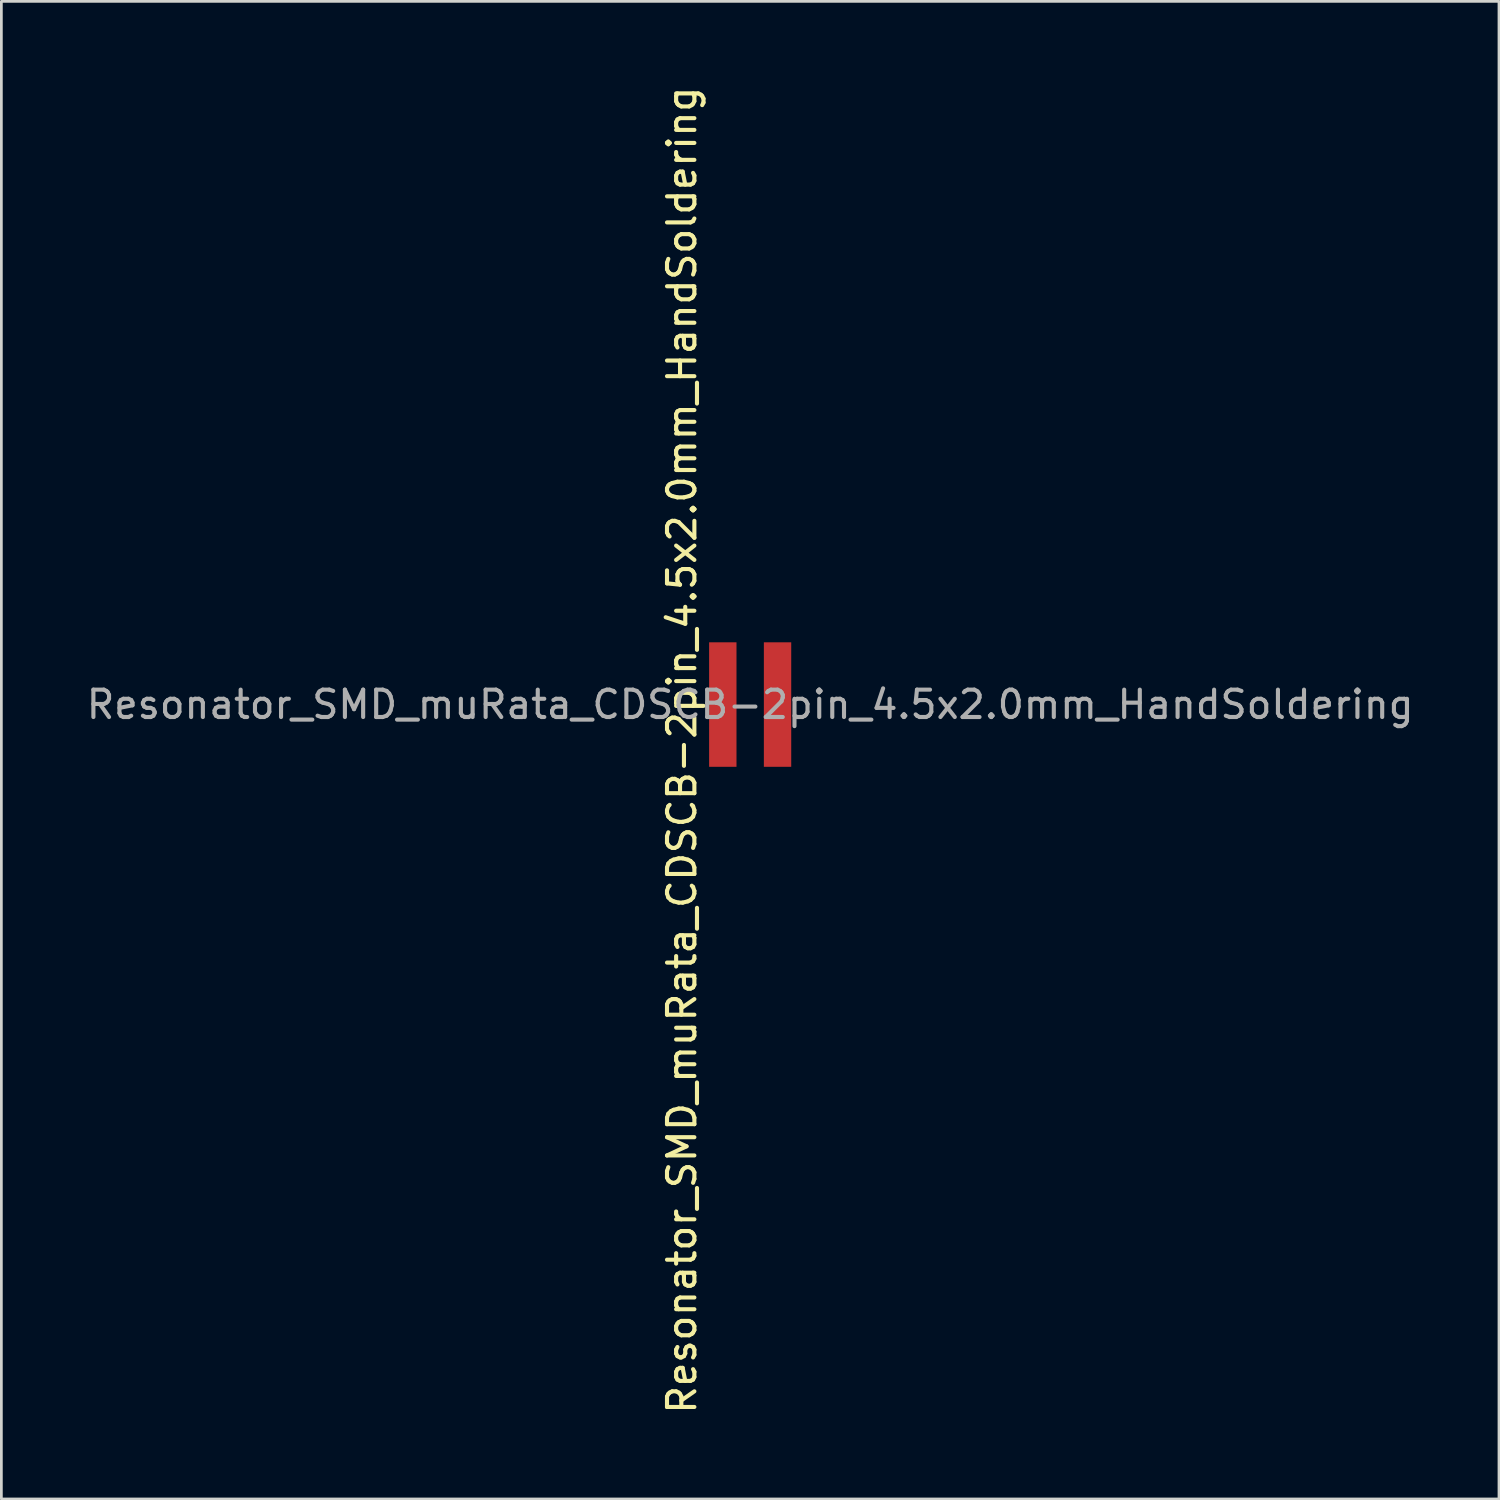
<source format=kicad_pcb>
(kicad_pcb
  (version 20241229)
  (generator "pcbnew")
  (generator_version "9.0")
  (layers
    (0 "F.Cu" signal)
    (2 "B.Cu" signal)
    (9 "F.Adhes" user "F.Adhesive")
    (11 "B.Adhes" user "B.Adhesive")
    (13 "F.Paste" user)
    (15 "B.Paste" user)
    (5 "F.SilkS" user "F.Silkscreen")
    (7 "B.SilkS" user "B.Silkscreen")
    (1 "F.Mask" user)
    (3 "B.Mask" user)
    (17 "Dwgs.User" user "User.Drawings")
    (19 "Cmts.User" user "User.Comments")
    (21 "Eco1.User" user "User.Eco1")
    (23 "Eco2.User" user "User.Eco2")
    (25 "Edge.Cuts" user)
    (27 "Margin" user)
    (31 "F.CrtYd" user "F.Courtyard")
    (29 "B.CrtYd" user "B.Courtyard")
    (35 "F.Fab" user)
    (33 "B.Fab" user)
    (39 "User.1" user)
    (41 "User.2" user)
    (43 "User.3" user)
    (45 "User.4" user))
  (footprint "Resonator_SMD_muRata_CDSCB-2pin_4.5x2.0mm_HandSoldering"
    (layer "F.Cu")
    (at 24.363 22.696)
    (property "Reference" "Resonator_SMD_muRata_CDSCB-2pin_4.5x2.0mm_HandSoldering" (at -2.494 1.667 90) (layer "F.SilkS") (effects (font (size 1 1) (thickness 0.15))))
    (attr smd)
    (fp_text user "${REFERENCE}" (at 0 0 0) (layer "F.Fab") (effects (font (size 1 1) (thickness 0.15))))
    (pad "1" smd rect (at -1 0) (size 1 4.55) (layers "F.Cu" "F.Mask" "F.Paste"))
    (pad "2" smd rect (at 1 0) (size 1 4.55) (layers "F.Cu" "F.Mask" "F.Paste")))
  (gr_rect
    (start -3 -3)
    (end 51.726 51.726)
    (stroke (width 0.1) (type default))
    (fill no)
    (layer "Edge.Cuts")))
</source>
